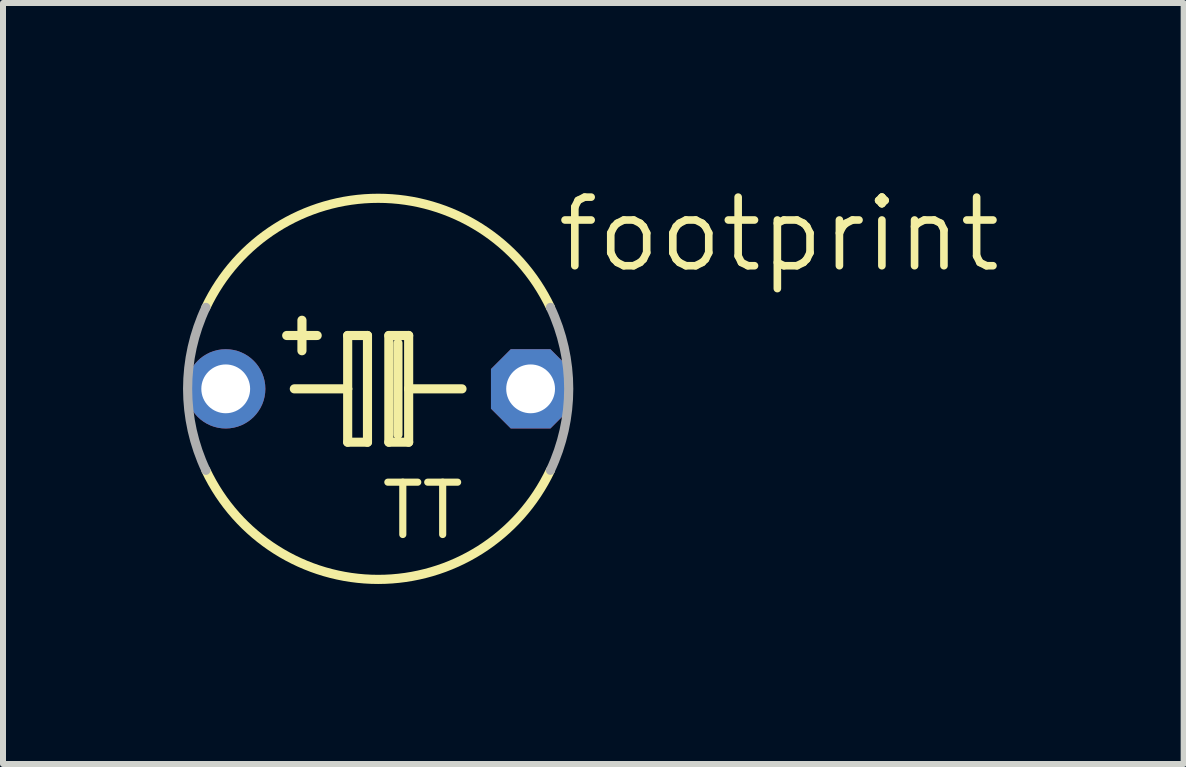
<source format=kicad_pcb>
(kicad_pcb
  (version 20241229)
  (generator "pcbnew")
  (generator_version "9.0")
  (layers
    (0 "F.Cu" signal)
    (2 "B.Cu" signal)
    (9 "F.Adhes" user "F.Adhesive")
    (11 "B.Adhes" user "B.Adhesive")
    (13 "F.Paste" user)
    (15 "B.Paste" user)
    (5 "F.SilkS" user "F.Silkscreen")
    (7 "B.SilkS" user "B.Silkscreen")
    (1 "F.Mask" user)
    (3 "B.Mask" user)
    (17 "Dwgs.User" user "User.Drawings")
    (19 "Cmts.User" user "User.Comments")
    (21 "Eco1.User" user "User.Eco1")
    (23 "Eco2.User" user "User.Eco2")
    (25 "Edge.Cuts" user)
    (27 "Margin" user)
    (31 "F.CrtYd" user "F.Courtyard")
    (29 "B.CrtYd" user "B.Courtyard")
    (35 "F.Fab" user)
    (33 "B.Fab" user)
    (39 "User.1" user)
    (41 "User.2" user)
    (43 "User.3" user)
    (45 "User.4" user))
  (footprint "footprint"
    (layer "F.Cu")
    (at 3.251 3.429)
    (property "Reference" "footprint" (at 2.921 -1.905 0) (layer "F.SilkS") (effects (font (size 1.143 1.143) (thickness 0.127)) (justify left bottom)))
    (fp_line (start -1.397 0) (end -0.508 0) (stroke (width 0.152) (type solid)) (layer "F.SilkS"))
    (fp_line (start -1.27 -0.635) (end -1.27 -1.143) (stroke (width 0.152) (type solid)) (layer "F.SilkS"))
    (fp_line (start -1.016 -0.889) (end -1.524 -0.889) (stroke (width 0.152) (type solid)) (layer "F.SilkS"))
    (fp_line (start -0.508 -0.889) (end -0.508 0) (stroke (width 0.152) (type solid)) (layer "F.SilkS"))
    (fp_line (start -0.508 0) (end -0.508 0.889) (stroke (width 0.152) (type solid)) (layer "F.SilkS"))
    (fp_line (start -0.508 0.889) (end -0.178 0.889) (stroke (width 0.152) (type solid)) (layer "F.SilkS"))
    (fp_line (start -0.178 -0.889) (end -0.508 -0.889) (stroke (width 0.152) (type solid)) (layer "F.SilkS"))
    (fp_line (start -0.178 0.889) (end -0.178 -0.889) (stroke (width 0.152) (type solid)) (layer "F.SilkS"))
    (fp_line (start 0.178 -0.889) (end 0.178 0.889) (stroke (width 0.152) (type solid)) (layer "F.SilkS"))
    (fp_line (start 0.178 0.889) (end 0.508 0.889) (stroke (width 0.152) (type solid)) (layer "F.SilkS"))
    (fp_line (start 0.33 0.762) (end 0.33 -0.762) (stroke (width 0.152) (type solid)) (layer "F.SilkS"))
    (fp_line (start 0.508 -0.889) (end 0.178 -0.889) (stroke (width 0.152) (type solid)) (layer "F.SilkS"))
    (fp_line (start 0.508 0) (end 0.508 -0.889) (stroke (width 0.152) (type solid)) (layer "F.SilkS"))
    (fp_line (start 0.508 0) (end 1.397 0) (stroke (width 0.152) (type solid)) (layer "F.SilkS"))
    (fp_line (start 0.508 0.889) (end 0.508 0) (stroke (width 0.152) (type solid)) (layer "F.SilkS"))
    (fp_arc (start -2.8702 -1.3574) (mid 0 -3.174993) (end 2.8702 -1.3574) (stroke (width 0.1524) (type solid)) (layer "F.SilkS"))
    (fp_arc (start 2.8702 1.3574) (mid 0 3.174993) (end -2.8702 1.3574) (stroke (width 0.1524) (type solid)) (layer "F.SilkS"))
    (fp_arc (start -2.8702 1.3574) (mid -3.174993 0) (end -2.8702 -1.3574) (stroke (width 0.1524) (type solid)) (layer "F.Fab"))
    (fp_arc (start 2.8702 -1.3574) (mid 3.174993 0) (end 2.8702 1.3574) (stroke (width 0.1524) (type solid)) (layer "F.Fab"))
    (fp_text user "TT" (at 0 2.54 0) (layer "F.SilkS") (effects (font (size 0.872 0.872) (thickness 0.119)) (justify left bottom)))
    (pad "+" thru_hole circle (at -2.54 0) (size 1.321 1.321) (drill 0.813) (layers "*.Cu" "*.Mask"))
    (pad "-" thru_hole roundrect (at 2.54 0) (size 1.321 1.321) (drill 0.813) (layers "*.Cu" "*.Mask") (roundrect_rratio 0.25) (chamfer_ratio 0.25) (chamfer top_left top_right bottom_left bottom_right)))
  (gr_rect
    (start -3 -3)
    (end 16.672 9.68)
    (stroke (width 0.1) (type default))
    (fill no)
    (layer "Edge.Cuts")))
</source>
